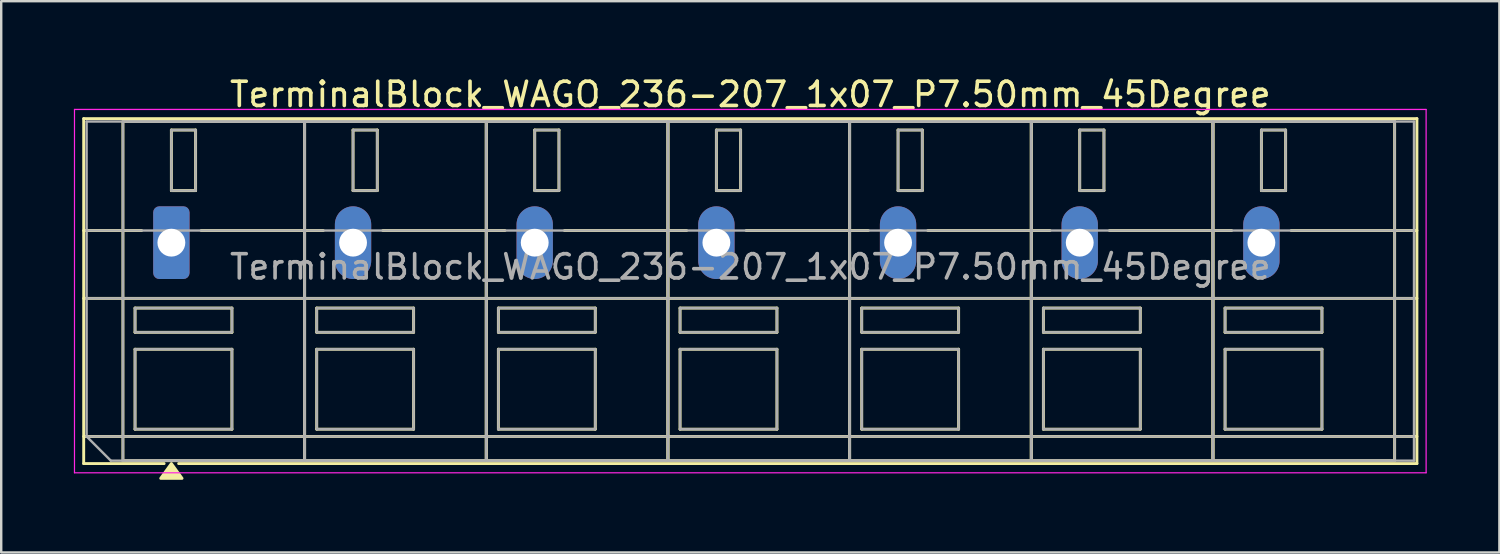
<source format=kicad_pcb>
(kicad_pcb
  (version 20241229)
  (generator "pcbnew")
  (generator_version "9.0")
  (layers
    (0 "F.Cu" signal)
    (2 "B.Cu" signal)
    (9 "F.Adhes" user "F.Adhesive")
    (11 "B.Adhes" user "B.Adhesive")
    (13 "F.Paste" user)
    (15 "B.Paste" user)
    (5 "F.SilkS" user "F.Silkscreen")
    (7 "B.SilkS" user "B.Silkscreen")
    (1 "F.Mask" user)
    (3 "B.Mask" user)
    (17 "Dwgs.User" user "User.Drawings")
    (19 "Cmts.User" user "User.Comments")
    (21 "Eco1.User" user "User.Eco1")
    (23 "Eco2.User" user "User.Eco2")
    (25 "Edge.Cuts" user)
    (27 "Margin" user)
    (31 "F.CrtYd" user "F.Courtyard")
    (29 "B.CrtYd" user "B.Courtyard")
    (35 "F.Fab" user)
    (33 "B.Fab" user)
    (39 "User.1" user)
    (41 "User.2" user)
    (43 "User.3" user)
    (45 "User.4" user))
  (footprint "TerminalBlock_WAGO_236-207_1x07_P7.50mm_45Degree"
    (layer "F.Cu")
    (at 4.025 6.968)
    (property "Reference" "TerminalBlock_WAGO_236-207_1x07_P7.50mm_45Degree" (at 23.9 -6.12 0) (layer "F.SilkS") (effects (font (size 1 1) (thickness 0.15))))
    (attr through_hole)
    (fp_line (start -3.62 -5.12) (end -3.62 9.12) (stroke (width 0.12) (type solid)) (layer "F.SilkS"))
    (fp_line (start -3.62 -5.12) (end 51.42 -5.12) (stroke (width 0.12) (type solid)) (layer "F.SilkS"))
    (fp_line (start -3.62 -0.5) (end -1.23 -0.5) (stroke (width 0.12) (type solid)) (layer "F.SilkS"))
    (fp_line (start -3.62 2.3) (end 51.42 2.3) (stroke (width 0.12) (type solid)) (layer "F.SilkS"))
    (fp_line (start -3.62 8) (end 51.42 8) (stroke (width 0.12) (type solid)) (layer "F.SilkS"))
    (fp_line (start -3.62 9.12) (end -0.3 9.12) (stroke (width 0.12) (type solid)) (layer "F.SilkS"))
    (fp_line (start -2 -5) (end -2 9) (stroke (width 0.12) (type solid)) (layer "F.SilkS"))
    (fp_line (start -2 -5) (end 5.5 -5) (stroke (width 0.12) (type solid)) (layer "F.SilkS"))
    (fp_line (start -2 9) (end 5.5 9) (stroke (width 0.12) (type solid)) (layer "F.SilkS"))
    (fp_line (start -1.5 2.7) (end -1.5 3.7) (stroke (width 0.12) (type solid)) (layer "F.SilkS"))
    (fp_line (start -1.5 2.7) (end 2.5 2.7) (stroke (width 0.12) (type solid)) (layer "F.SilkS"))
    (fp_line (start -1.5 3.7) (end 2.5 3.7) (stroke (width 0.12) (type solid)) (layer "F.SilkS"))
    (fp_line (start -1.5 4.4) (end -1.5 7.7) (stroke (width 0.12) (type solid)) (layer "F.SilkS"))
    (fp_line (start -1.5 4.4) (end 2.5 4.4) (stroke (width 0.12) (type solid)) (layer "F.SilkS"))
    (fp_line (start -1.5 7.7) (end 2.5 7.7) (stroke (width 0.12) (type solid)) (layer "F.SilkS"))
    (fp_line (start 0 -4.65) (end 0 -2.15) (stroke (width 0.12) (type solid)) (layer "F.SilkS"))
    (fp_line (start 0 -4.65) (end 1 -4.65) (stroke (width 0.12) (type solid)) (layer "F.SilkS"))
    (fp_line (start 0 -2.15) (end 1 -2.15) (stroke (width 0.12) (type solid)) (layer "F.SilkS"))
    (fp_line (start 0.3 9.12) (end 51.42 9.12) (stroke (width 0.12) (type solid)) (layer "F.SilkS"))
    (fp_line (start 1 -4.65) (end 1 -2.15) (stroke (width 0.12) (type solid)) (layer "F.SilkS"))
    (fp_line (start 1.23 -0.5) (end 6.27 -0.5) (stroke (width 0.12) (type solid)) (layer "F.SilkS"))
    (fp_line (start 2.5 2.7) (end 2.5 3.7) (stroke (width 0.12) (type solid)) (layer "F.SilkS"))
    (fp_line (start 2.5 4.4) (end 2.5 7.7) (stroke (width 0.12) (type solid)) (layer "F.SilkS"))
    (fp_line (start 5.5 -5) (end 5.5 9) (stroke (width 0.12) (type solid)) (layer "F.SilkS"))
    (fp_line (start 5.5 -5) (end 5.5 9) (stroke (width 0.12) (type solid)) (layer "F.SilkS"))
    (fp_line (start 5.5 -5) (end 13 -5) (stroke (width 0.12) (type solid)) (layer "F.SilkS"))
    (fp_line (start 5.5 9) (end 13 9) (stroke (width 0.12) (type solid)) (layer "F.SilkS"))
    (fp_line (start 6 2.7) (end 6 3.7) (stroke (width 0.12) (type solid)) (layer "F.SilkS"))
    (fp_line (start 6 2.7) (end 10 2.7) (stroke (width 0.12) (type solid)) (layer "F.SilkS"))
    (fp_line (start 6 3.7) (end 10 3.7) (stroke (width 0.12) (type solid)) (layer "F.SilkS"))
    (fp_line (start 6 4.4) (end 6 7.7) (stroke (width 0.12) (type solid)) (layer "F.SilkS"))
    (fp_line (start 6 4.4) (end 10 4.4) (stroke (width 0.12) (type solid)) (layer "F.SilkS"))
    (fp_line (start 6 7.7) (end 10 7.7) (stroke (width 0.12) (type solid)) (layer "F.SilkS"))
    (fp_line (start 7.5 -4.65) (end 7.5 -2.15) (stroke (width 0.12) (type solid)) (layer "F.SilkS"))
    (fp_line (start 7.5 -4.65) (end 8.5 -4.65) (stroke (width 0.12) (type solid)) (layer "F.SilkS"))
    (fp_line (start 7.5 -2.15) (end 8.5 -2.15) (stroke (width 0.12) (type solid)) (layer "F.SilkS"))
    (fp_line (start 8.5 -4.65) (end 8.5 -2.15) (stroke (width 0.12) (type solid)) (layer "F.SilkS"))
    (fp_line (start 8.73 -0.5) (end 13.77 -0.5) (stroke (width 0.12) (type solid)) (layer "F.SilkS"))
    (fp_line (start 10 2.7) (end 10 3.7) (stroke (width 0.12) (type solid)) (layer "F.SilkS"))
    (fp_line (start 10 4.4) (end 10 7.7) (stroke (width 0.12) (type solid)) (layer "F.SilkS"))
    (fp_line (start 13 -5) (end 13 9) (stroke (width 0.12) (type solid)) (layer "F.SilkS"))
    (fp_line (start 13 -5) (end 13 9) (stroke (width 0.12) (type solid)) (layer "F.SilkS"))
    (fp_line (start 13 -5) (end 20.5 -5) (stroke (width 0.12) (type solid)) (layer "F.SilkS"))
    (fp_line (start 13 9) (end 20.5 9) (stroke (width 0.12) (type solid)) (layer "F.SilkS"))
    (fp_line (start 13.5 2.7) (end 13.5 3.7) (stroke (width 0.12) (type solid)) (layer "F.SilkS"))
    (fp_line (start 13.5 2.7) (end 17.5 2.7) (stroke (width 0.12) (type solid)) (layer "F.SilkS"))
    (fp_line (start 13.5 3.7) (end 17.5 3.7) (stroke (width 0.12) (type solid)) (layer "F.SilkS"))
    (fp_line (start 13.5 4.4) (end 13.5 7.7) (stroke (width 0.12) (type solid)) (layer "F.SilkS"))
    (fp_line (start 13.5 4.4) (end 17.5 4.4) (stroke (width 0.12) (type solid)) (layer "F.SilkS"))
    (fp_line (start 13.5 7.7) (end 17.5 7.7) (stroke (width 0.12) (type solid)) (layer "F.SilkS"))
    (fp_line (start 15 -4.65) (end 15 -2.15) (stroke (width 0.12) (type solid)) (layer "F.SilkS"))
    (fp_line (start 15 -4.65) (end 16 -4.65) (stroke (width 0.12) (type solid)) (layer "F.SilkS"))
    (fp_line (start 15 -2.15) (end 16 -2.15) (stroke (width 0.12) (type solid)) (layer "F.SilkS"))
    (fp_line (start 16 -4.65) (end 16 -2.15) (stroke (width 0.12) (type solid)) (layer "F.SilkS"))
    (fp_line (start 16.23 -0.5) (end 21.27 -0.5) (stroke (width 0.12) (type solid)) (layer "F.SilkS"))
    (fp_line (start 17.5 2.7) (end 17.5 3.7) (stroke (width 0.12) (type solid)) (layer "F.SilkS"))
    (fp_line (start 17.5 4.4) (end 17.5 7.7) (stroke (width 0.12) (type solid)) (layer "F.SilkS"))
    (fp_line (start 20.5 -5) (end 20.5 9) (stroke (width 0.12) (type solid)) (layer "F.SilkS"))
    (fp_line (start 20.5 -5) (end 20.5 9) (stroke (width 0.12) (type solid)) (layer "F.SilkS"))
    (fp_line (start 20.5 -5) (end 28 -5) (stroke (width 0.12) (type solid)) (layer "F.SilkS"))
    (fp_line (start 20.5 9) (end 28 9) (stroke (width 0.12) (type solid)) (layer "F.SilkS"))
    (fp_line (start 21 2.7) (end 21 3.7) (stroke (width 0.12) (type solid)) (layer "F.SilkS"))
    (fp_line (start 21 2.7) (end 25 2.7) (stroke (width 0.12) (type solid)) (layer "F.SilkS"))
    (fp_line (start 21 3.7) (end 25 3.7) (stroke (width 0.12) (type solid)) (layer "F.SilkS"))
    (fp_line (start 21 4.4) (end 21 7.7) (stroke (width 0.12) (type solid)) (layer "F.SilkS"))
    (fp_line (start 21 4.4) (end 25 4.4) (stroke (width 0.12) (type solid)) (layer "F.SilkS"))
    (fp_line (start 21 7.7) (end 25 7.7) (stroke (width 0.12) (type solid)) (layer "F.SilkS"))
    (fp_line (start 22.5 -4.65) (end 22.5 -2.15) (stroke (width 0.12) (type solid)) (layer "F.SilkS"))
    (fp_line (start 22.5 -4.65) (end 23.5 -4.65) (stroke (width 0.12) (type solid)) (layer "F.SilkS"))
    (fp_line (start 22.5 -2.15) (end 23.5 -2.15) (stroke (width 0.12) (type solid)) (layer "F.SilkS"))
    (fp_line (start 23.5 -4.65) (end 23.5 -2.15) (stroke (width 0.12) (type solid)) (layer "F.SilkS"))
    (fp_line (start 23.73 -0.5) (end 28.77 -0.5) (stroke (width 0.12) (type solid)) (layer "F.SilkS"))
    (fp_line (start 25 2.7) (end 25 3.7) (stroke (width 0.12) (type solid)) (layer "F.SilkS"))
    (fp_line (start 25 4.4) (end 25 7.7) (stroke (width 0.12) (type solid)) (layer "F.SilkS"))
    (fp_line (start 28 -5) (end 28 9) (stroke (width 0.12) (type solid)) (layer "F.SilkS"))
    (fp_line (start 28 -5) (end 28 9) (stroke (width 0.12) (type solid)) (layer "F.SilkS"))
    (fp_line (start 28 -5) (end 35.5 -5) (stroke (width 0.12) (type solid)) (layer "F.SilkS"))
    (fp_line (start 28 9) (end 35.5 9) (stroke (width 0.12) (type solid)) (layer "F.SilkS"))
    (fp_line (start 28.5 2.7) (end 28.5 3.7) (stroke (width 0.12) (type solid)) (layer "F.SilkS"))
    (fp_line (start 28.5 2.7) (end 32.5 2.7) (stroke (width 0.12) (type solid)) (layer "F.SilkS"))
    (fp_line (start 28.5 3.7) (end 32.5 3.7) (stroke (width 0.12) (type solid)) (layer "F.SilkS"))
    (fp_line (start 28.5 4.4) (end 28.5 7.7) (stroke (width 0.12) (type solid)) (layer "F.SilkS"))
    (fp_line (start 28.5 4.4) (end 32.5 4.4) (stroke (width 0.12) (type solid)) (layer "F.SilkS"))
    (fp_line (start 28.5 7.7) (end 32.5 7.7) (stroke (width 0.12) (type solid)) (layer "F.SilkS"))
    (fp_line (start 30 -4.65) (end 30 -2.15) (stroke (width 0.12) (type solid)) (layer "F.SilkS"))
    (fp_line (start 30 -4.65) (end 31 -4.65) (stroke (width 0.12) (type solid)) (layer "F.SilkS"))
    (fp_line (start 30 -2.15) (end 31 -2.15) (stroke (width 0.12) (type solid)) (layer "F.SilkS"))
    (fp_line (start 31 -4.65) (end 31 -2.15) (stroke (width 0.12) (type solid)) (layer "F.SilkS"))
    (fp_line (start 31.23 -0.5) (end 36.27 -0.5) (stroke (width 0.12) (type solid)) (layer "F.SilkS"))
    (fp_line (start 32.5 2.7) (end 32.5 3.7) (stroke (width 0.12) (type solid)) (layer "F.SilkS"))
    (fp_line (start 32.5 4.4) (end 32.5 7.7) (stroke (width 0.12) (type solid)) (layer "F.SilkS"))
    (fp_line (start 35.5 -5) (end 35.5 9) (stroke (width 0.12) (type solid)) (layer "F.SilkS"))
    (fp_line (start 35.5 -5) (end 35.5 9) (stroke (width 0.12) (type solid)) (layer "F.SilkS"))
    (fp_line (start 35.5 -5) (end 43 -5) (stroke (width 0.12) (type solid)) (layer "F.SilkS"))
    (fp_line (start 35.5 9) (end 43 9) (stroke (width 0.12) (type solid)) (layer "F.SilkS"))
    (fp_line (start 36 2.7) (end 36 3.7) (stroke (width 0.12) (type solid)) (layer "F.SilkS"))
    (fp_line (start 36 2.7) (end 40 2.7) (stroke (width 0.12) (type solid)) (layer "F.SilkS"))
    (fp_line (start 36 3.7) (end 40 3.7) (stroke (width 0.12) (type solid)) (layer "F.SilkS"))
    (fp_line (start 36 4.4) (end 36 7.7) (stroke (width 0.12) (type solid)) (layer "F.SilkS"))
    (fp_line (start 36 4.4) (end 40 4.4) (stroke (width 0.12) (type solid)) (layer "F.SilkS"))
    (fp_line (start 36 7.7) (end 40 7.7) (stroke (width 0.12) (type solid)) (layer "F.SilkS"))
    (fp_line (start 37.5 -4.65) (end 37.5 -2.15) (stroke (width 0.12) (type solid)) (layer "F.SilkS"))
    (fp_line (start 37.5 -4.65) (end 38.5 -4.65) (stroke (width 0.12) (type solid)) (layer "F.SilkS"))
    (fp_line (start 37.5 -2.15) (end 38.5 -2.15) (stroke (width 0.12) (type solid)) (layer "F.SilkS"))
    (fp_line (start 38.5 -4.65) (end 38.5 -2.15) (stroke (width 0.12) (type solid)) (layer "F.SilkS"))
    (fp_line (start 38.73 -0.5) (end 43.77 -0.5) (stroke (width 0.12) (type solid)) (layer "F.SilkS"))
    (fp_line (start 40 2.7) (end 40 3.7) (stroke (width 0.12) (type solid)) (layer "F.SilkS"))
    (fp_line (start 40 4.4) (end 40 7.7) (stroke (width 0.12) (type solid)) (layer "F.SilkS"))
    (fp_line (start 43 -5) (end 43 9) (stroke (width 0.12) (type solid)) (layer "F.SilkS"))
    (fp_line (start 43 -5) (end 43 9) (stroke (width 0.12) (type solid)) (layer "F.SilkS"))
    (fp_line (start 43 -5) (end 50.5 -5) (stroke (width 0.12) (type solid)) (layer "F.SilkS"))
    (fp_line (start 43 9) (end 50.5 9) (stroke (width 0.12) (type solid)) (layer "F.SilkS"))
    (fp_line (start 43.5 2.7) (end 43.5 3.7) (stroke (width 0.12) (type solid)) (layer "F.SilkS"))
    (fp_line (start 43.5 2.7) (end 47.5 2.7) (stroke (width 0.12) (type solid)) (layer "F.SilkS"))
    (fp_line (start 43.5 3.7) (end 47.5 3.7) (stroke (width 0.12) (type solid)) (layer "F.SilkS"))
    (fp_line (start 43.5 4.4) (end 43.5 7.7) (stroke (width 0.12) (type solid)) (layer "F.SilkS"))
    (fp_line (start 43.5 4.4) (end 47.5 4.4) (stroke (width 0.12) (type solid)) (layer "F.SilkS"))
    (fp_line (start 43.5 7.7) (end 47.5 7.7) (stroke (width 0.12) (type solid)) (layer "F.SilkS"))
    (fp_line (start 45 -4.65) (end 45 -2.15) (stroke (width 0.12) (type solid)) (layer "F.SilkS"))
    (fp_line (start 45 -4.65) (end 46 -4.65) (stroke (width 0.12) (type solid)) (layer "F.SilkS"))
    (fp_line (start 45 -2.15) (end 46 -2.15) (stroke (width 0.12) (type solid)) (layer "F.SilkS"))
    (fp_line (start 46 -4.65) (end 46 -2.15) (stroke (width 0.12) (type solid)) (layer "F.SilkS"))
    (fp_line (start 46.23 -0.5) (end 51.42 -0.5) (stroke (width 0.12) (type solid)) (layer "F.SilkS"))
    (fp_line (start 47.5 2.7) (end 47.5 3.7) (stroke (width 0.12) (type solid)) (layer "F.SilkS"))
    (fp_line (start 47.5 4.4) (end 47.5 7.7) (stroke (width 0.12) (type solid)) (layer "F.SilkS"))
    (fp_line (start 50.5 -5) (end 50.5 9) (stroke (width 0.12) (type solid)) (layer "F.SilkS"))
    (fp_line (start 51.42 -5.12) (end 51.42 9.12) (stroke (width 0.12) (type solid)) (layer "F.SilkS"))
    (fp_poly (pts (xy 0 9.12) (xy 0.44 9.73) (xy -0.44 9.73)) (stroke (width 0.12) (type solid)) (fill yes) (layer "F.SilkS"))
    (fp_line (start -4 -5.5) (end -4 9.5) (stroke (width 0.05) (type solid)) (layer "F.CrtYd"))
    (fp_line (start -4 9.5) (end 51.8 9.5) (stroke (width 0.05) (type solid)) (layer "F.CrtYd"))
    (fp_line (start 51.8 -5.5) (end -4 -5.5) (stroke (width 0.05) (type solid)) (layer "F.CrtYd"))
    (fp_line (start 51.8 9.5) (end 51.8 -5.5) (stroke (width 0.05) (type solid)) (layer "F.CrtYd"))
    (fp_line (start -3.5 -5) (end 51.3 -5) (stroke (width 0.1) (type solid)) (layer "F.Fab"))
    (fp_line (start -3.5 -0.5) (end 51.3 -0.5) (stroke (width 0.1) (type solid)) (layer "F.Fab"))
    (fp_line (start -3.5 2.3) (end 51.3 2.3) (stroke (width 0.1) (type solid)) (layer "F.Fab"))
    (fp_line (start -3.5 8) (end -3.5 -5) (stroke (width 0.1) (type solid)) (layer "F.Fab"))
    (fp_line (start -3.5 8) (end 51.3 8) (stroke (width 0.1) (type solid)) (layer "F.Fab"))
    (fp_line (start -2.5 9) (end -3.5 8) (stroke (width 0.1) (type solid)) (layer "F.Fab"))
    (fp_line (start -2 -5) (end -2 9) (stroke (width 0.1) (type solid)) (layer "F.Fab"))
    (fp_line (start -2 9) (end 5.5 9) (stroke (width 0.1) (type solid)) (layer "F.Fab"))
    (fp_line (start -1.5 2.7) (end -1.5 3.7) (stroke (width 0.1) (type solid)) (layer "F.Fab"))
    (fp_line (start -1.5 3.7) (end 2.5 3.7) (stroke (width 0.1) (type solid)) (layer "F.Fab"))
    (fp_line (start -1.5 4.4) (end -1.5 7.7) (stroke (width 0.1) (type solid)) (layer "F.Fab"))
    (fp_line (start -1.5 7.7) (end 2.5 7.7) (stroke (width 0.1) (type solid)) (layer "F.Fab"))
    (fp_line (start 0 -4.65) (end 0 -2.15) (stroke (width 0.1) (type solid)) (layer "F.Fab"))
    (fp_line (start 0 -2.15) (end 1 -2.15) (stroke (width 0.1) (type solid)) (layer "F.Fab"))
    (fp_line (start 1 -4.65) (end 0 -4.65) (stroke (width 0.1) (type solid)) (layer "F.Fab"))
    (fp_line (start 1 -2.15) (end 1 -4.65) (stroke (width 0.1) (type solid)) (layer "F.Fab"))
    (fp_line (start 2.5 2.7) (end -1.5 2.7) (stroke (width 0.1) (type solid)) (layer "F.Fab"))
    (fp_line (start 2.5 3.7) (end 2.5 2.7) (stroke (width 0.1) (type solid)) (layer "F.Fab"))
    (fp_line (start 2.5 4.4) (end -1.5 4.4) (stroke (width 0.1) (type solid)) (layer "F.Fab"))
    (fp_line (start 2.5 7.7) (end 2.5 4.4) (stroke (width 0.1) (type solid)) (layer "F.Fab"))
    (fp_line (start 5.5 -5) (end -2 -5) (stroke (width 0.1) (type solid)) (layer "F.Fab"))
    (fp_line (start 5.5 -5) (end 5.5 9) (stroke (width 0.1) (type solid)) (layer "F.Fab"))
    (fp_line (start 5.5 9) (end 5.5 -5) (stroke (width 0.1) (type solid)) (layer "F.Fab"))
    (fp_line (start 5.5 9) (end 13 9) (stroke (width 0.1) (type solid)) (layer "F.Fab"))
    (fp_line (start 6 2.7) (end 6 3.7) (stroke (width 0.1) (type solid)) (layer "F.Fab"))
    (fp_line (start 6 3.7) (end 10 3.7) (stroke (width 0.1) (type solid)) (layer "F.Fab"))
    (fp_line (start 6 4.4) (end 6 7.7) (stroke (width 0.1) (type solid)) (layer "F.Fab"))
    (fp_line (start 6 7.7) (end 10 7.7) (stroke (width 0.1) (type solid)) (layer "F.Fab"))
    (fp_line (start 7.5 -4.65) (end 7.5 -2.15) (stroke (width 0.1) (type solid)) (layer "F.Fab"))
    (fp_line (start 7.5 -2.15) (end 8.5 -2.15) (stroke (width 0.1) (type solid)) (layer "F.Fab"))
    (fp_line (start 8.5 -4.65) (end 7.5 -4.65) (stroke (width 0.1) (type solid)) (layer "F.Fab"))
    (fp_line (start 8.5 -2.15) (end 8.5 -4.65) (stroke (width 0.1) (type solid)) (layer "F.Fab"))
    (fp_line (start 10 2.7) (end 6 2.7) (stroke (width 0.1) (type solid)) (layer "F.Fab"))
    (fp_line (start 10 3.7) (end 10 2.7) (stroke (width 0.1) (type solid)) (layer "F.Fab"))
    (fp_line (start 10 4.4) (end 6 4.4) (stroke (width 0.1) (type solid)) (layer "F.Fab"))
    (fp_line (start 10 7.7) (end 10 4.4) (stroke (width 0.1) (type solid)) (layer "F.Fab"))
    (fp_line (start 13 -5) (end 5.5 -5) (stroke (width 0.1) (type solid)) (layer "F.Fab"))
    (fp_line (start 13 -5) (end 13 9) (stroke (width 0.1) (type solid)) (layer "F.Fab"))
    (fp_line (start 13 9) (end 13 -5) (stroke (width 0.1) (type solid)) (layer "F.Fab"))
    (fp_line (start 13 9) (end 20.5 9) (stroke (width 0.1) (type solid)) (layer "F.Fab"))
    (fp_line (start 13.5 2.7) (end 13.5 3.7) (stroke (width 0.1) (type solid)) (layer "F.Fab"))
    (fp_line (start 13.5 3.7) (end 17.5 3.7) (stroke (width 0.1) (type solid)) (layer "F.Fab"))
    (fp_line (start 13.5 4.4) (end 13.5 7.7) (stroke (width 0.1) (type solid)) (layer "F.Fab"))
    (fp_line (start 13.5 7.7) (end 17.5 7.7) (stroke (width 0.1) (type solid)) (layer "F.Fab"))
    (fp_line (start 15 -4.65) (end 15 -2.15) (stroke (width 0.1) (type solid)) (layer "F.Fab"))
    (fp_line (start 15 -2.15) (end 16 -2.15) (stroke (width 0.1) (type solid)) (layer "F.Fab"))
    (fp_line (start 16 -4.65) (end 15 -4.65) (stroke (width 0.1) (type solid)) (layer "F.Fab"))
    (fp_line (start 16 -2.15) (end 16 -4.65) (stroke (width 0.1) (type solid)) (layer "F.Fab"))
    (fp_line (start 17.5 2.7) (end 13.5 2.7) (stroke (width 0.1) (type solid)) (layer "F.Fab"))
    (fp_line (start 17.5 3.7) (end 17.5 2.7) (stroke (width 0.1) (type solid)) (layer "F.Fab"))
    (fp_line (start 17.5 4.4) (end 13.5 4.4) (stroke (width 0.1) (type solid)) (layer "F.Fab"))
    (fp_line (start 17.5 7.7) (end 17.5 4.4) (stroke (width 0.1) (type solid)) (layer "F.Fab"))
    (fp_line (start 20.5 -5) (end 13 -5) (stroke (width 0.1) (type solid)) (layer "F.Fab"))
    (fp_line (start 20.5 -5) (end 20.5 9) (stroke (width 0.1) (type solid)) (layer "F.Fab"))
    (fp_line (start 20.5 9) (end 20.5 -5) (stroke (width 0.1) (type solid)) (layer "F.Fab"))
    (fp_line (start 20.5 9) (end 28 9) (stroke (width 0.1) (type solid)) (layer "F.Fab"))
    (fp_line (start 21 2.7) (end 21 3.7) (stroke (width 0.1) (type solid)) (layer "F.Fab"))
    (fp_line (start 21 3.7) (end 25 3.7) (stroke (width 0.1) (type solid)) (layer "F.Fab"))
    (fp_line (start 21 4.4) (end 21 7.7) (stroke (width 0.1) (type solid)) (layer "F.Fab"))
    (fp_line (start 21 7.7) (end 25 7.7) (stroke (width 0.1) (type solid)) (layer "F.Fab"))
    (fp_line (start 22.5 -4.65) (end 22.5 -2.15) (stroke (width 0.1) (type solid)) (layer "F.Fab"))
    (fp_line (start 22.5 -2.15) (end 23.5 -2.15) (stroke (width 0.1) (type solid)) (layer "F.Fab"))
    (fp_line (start 23.5 -4.65) (end 22.5 -4.65) (stroke (width 0.1) (type solid)) (layer "F.Fab"))
    (fp_line (start 23.5 -2.15) (end 23.5 -4.65) (stroke (width 0.1) (type solid)) (layer "F.Fab"))
    (fp_line (start 25 2.7) (end 21 2.7) (stroke (width 0.1) (type solid)) (layer "F.Fab"))
    (fp_line (start 25 3.7) (end 25 2.7) (stroke (width 0.1) (type solid)) (layer "F.Fab"))
    (fp_line (start 25 4.4) (end 21 4.4) (stroke (width 0.1) (type solid)) (layer "F.Fab"))
    (fp_line (start 25 7.7) (end 25 4.4) (stroke (width 0.1) (type solid)) (layer "F.Fab"))
    (fp_line (start 28 -5) (end 20.5 -5) (stroke (width 0.1) (type solid)) (layer "F.Fab"))
    (fp_line (start 28 -5) (end 28 9) (stroke (width 0.1) (type solid)) (layer "F.Fab"))
    (fp_line (start 28 9) (end 28 -5) (stroke (width 0.1) (type solid)) (layer "F.Fab"))
    (fp_line (start 28 9) (end 35.5 9) (stroke (width 0.1) (type solid)) (layer "F.Fab"))
    (fp_line (start 28.5 2.7) (end 28.5 3.7) (stroke (width 0.1) (type solid)) (layer "F.Fab"))
    (fp_line (start 28.5 3.7) (end 32.5 3.7) (stroke (width 0.1) (type solid)) (layer "F.Fab"))
    (fp_line (start 28.5 4.4) (end 28.5 7.7) (stroke (width 0.1) (type solid)) (layer "F.Fab"))
    (fp_line (start 28.5 7.7) (end 32.5 7.7) (stroke (width 0.1) (type solid)) (layer "F.Fab"))
    (fp_line (start 30 -4.65) (end 30 -2.15) (stroke (width 0.1) (type solid)) (layer "F.Fab"))
    (fp_line (start 30 -2.15) (end 31 -2.15) (stroke (width 0.1) (type solid)) (layer "F.Fab"))
    (fp_line (start 31 -4.65) (end 30 -4.65) (stroke (width 0.1) (type solid)) (layer "F.Fab"))
    (fp_line (start 31 -2.15) (end 31 -4.65) (stroke (width 0.1) (type solid)) (layer "F.Fab"))
    (fp_line (start 32.5 2.7) (end 28.5 2.7) (stroke (width 0.1) (type solid)) (layer "F.Fab"))
    (fp_line (start 32.5 3.7) (end 32.5 2.7) (stroke (width 0.1) (type solid)) (layer "F.Fab"))
    (fp_line (start 32.5 4.4) (end 28.5 4.4) (stroke (width 0.1) (type solid)) (layer "F.Fab"))
    (fp_line (start 32.5 7.7) (end 32.5 4.4) (stroke (width 0.1) (type solid)) (layer "F.Fab"))
    (fp_line (start 35.5 -5) (end 28 -5) (stroke (width 0.1) (type solid)) (layer "F.Fab"))
    (fp_line (start 35.5 -5) (end 35.5 9) (stroke (width 0.1) (type solid)) (layer "F.Fab"))
    (fp_line (start 35.5 9) (end 35.5 -5) (stroke (width 0.1) (type solid)) (layer "F.Fab"))
    (fp_line (start 35.5 9) (end 43 9) (stroke (width 0.1) (type solid)) (layer "F.Fab"))
    (fp_line (start 36 2.7) (end 36 3.7) (stroke (width 0.1) (type solid)) (layer "F.Fab"))
    (fp_line (start 36 3.7) (end 40 3.7) (stroke (width 0.1) (type solid)) (layer "F.Fab"))
    (fp_line (start 36 4.4) (end 36 7.7) (stroke (width 0.1) (type solid)) (layer "F.Fab"))
    (fp_line (start 36 7.7) (end 40 7.7) (stroke (width 0.1) (type solid)) (layer "F.Fab"))
    (fp_line (start 37.5 -4.65) (end 37.5 -2.15) (stroke (width 0.1) (type solid)) (layer "F.Fab"))
    (fp_line (start 37.5 -2.15) (end 38.5 -2.15) (stroke (width 0.1) (type solid)) (layer "F.Fab"))
    (fp_line (start 38.5 -4.65) (end 37.5 -4.65) (stroke (width 0.1) (type solid)) (layer "F.Fab"))
    (fp_line (start 38.5 -2.15) (end 38.5 -4.65) (stroke (width 0.1) (type solid)) (layer "F.Fab"))
    (fp_line (start 40 2.7) (end 36 2.7) (stroke (width 0.1) (type solid)) (layer "F.Fab"))
    (fp_line (start 40 3.7) (end 40 2.7) (stroke (width 0.1) (type solid)) (layer "F.Fab"))
    (fp_line (start 40 4.4) (end 36 4.4) (stroke (width 0.1) (type solid)) (layer "F.Fab"))
    (fp_line (start 40 7.7) (end 40 4.4) (stroke (width 0.1) (type solid)) (layer "F.Fab"))
    (fp_line (start 43 -5) (end 35.5 -5) (stroke (width 0.1) (type solid)) (layer "F.Fab"))
    (fp_line (start 43 -5) (end 43 9) (stroke (width 0.1) (type solid)) (layer "F.Fab"))
    (fp_line (start 43 9) (end 43 -5) (stroke (width 0.1) (type solid)) (layer "F.Fab"))
    (fp_line (start 43 9) (end 50.5 9) (stroke (width 0.1) (type solid)) (layer "F.Fab"))
    (fp_line (start 43.5 2.7) (end 43.5 3.7) (stroke (width 0.1) (type solid)) (layer "F.Fab"))
    (fp_line (start 43.5 3.7) (end 47.5 3.7) (stroke (width 0.1) (type solid)) (layer "F.Fab"))
    (fp_line (start 43.5 4.4) (end 43.5 7.7) (stroke (width 0.1) (type solid)) (layer "F.Fab"))
    (fp_line (start 43.5 7.7) (end 47.5 7.7) (stroke (width 0.1) (type solid)) (layer "F.Fab"))
    (fp_line (start 45 -4.65) (end 45 -2.15) (stroke (width 0.1) (type solid)) (layer "F.Fab"))
    (fp_line (start 45 -2.15) (end 46 -2.15) (stroke (width 0.1) (type solid)) (layer "F.Fab"))
    (fp_line (start 46 -4.65) (end 45 -4.65) (stroke (width 0.1) (type solid)) (layer "F.Fab"))
    (fp_line (start 46 -2.15) (end 46 -4.65) (stroke (width 0.1) (type solid)) (layer "F.Fab"))
    (fp_line (start 47.5 2.7) (end 43.5 2.7) (stroke (width 0.1) (type solid)) (layer "F.Fab"))
    (fp_line (start 47.5 3.7) (end 47.5 2.7) (stroke (width 0.1) (type solid)) (layer "F.Fab"))
    (fp_line (start 47.5 4.4) (end 43.5 4.4) (stroke (width 0.1) (type solid)) (layer "F.Fab"))
    (fp_line (start 47.5 7.7) (end 47.5 4.4) (stroke (width 0.1) (type solid)) (layer "F.Fab"))
    (fp_line (start 50.5 -5) (end 43 -5) (stroke (width 0.1) (type solid)) (layer "F.Fab"))
    (fp_line (start 50.5 9) (end 50.5 -5) (stroke (width 0.1) (type solid)) (layer "F.Fab"))
    (fp_line (start 51.3 -5) (end 51.3 9) (stroke (width 0.1) (type solid)) (layer "F.Fab"))
    (fp_line (start 51.3 9) (end -2.5 9) (stroke (width 0.1) (type solid)) (layer "F.Fab"))
    (fp_text user "${REFERENCE}" (at 23.9 1 0) (layer "F.Fab") (effects (font (size 1 1) (thickness 0.15))))
    (pad "1" thru_hole roundrect (at 0 0) (size 1.5 3) (drill 1.15) (layers "*.Cu" "*.Mask") (roundrect_rratio 0.167))
    (pad "2" thru_hole oval (at 7.5 0) (size 1.5 3) (drill 1.15) (layers "*.Cu" "*.Mask"))
    (pad "3" thru_hole oval (at 15 0) (size 1.5 3) (drill 1.15) (layers "*.Cu" "*.Mask"))
    (pad "4" thru_hole oval (at 22.5 0) (size 1.5 3) (drill 1.15) (layers "*.Cu" "*.Mask"))
    (pad "5" thru_hole oval (at 30 0) (size 1.5 3) (drill 1.15) (layers "*.Cu" "*.Mask"))
    (pad "6" thru_hole oval (at 37.5 0) (size 1.5 3) (drill 1.15) (layers "*.Cu" "*.Mask"))
    (pad "7" thru_hole oval (at 45 0) (size 1.5 3) (drill 1.15) (layers "*.Cu" "*.Mask")))
  (gr_rect
    (start -3 -3)
    (end 58.85 19.758)
    (stroke (width 0.1) (type default))
    (fill no)
    (layer "Edge.Cuts")))
</source>
